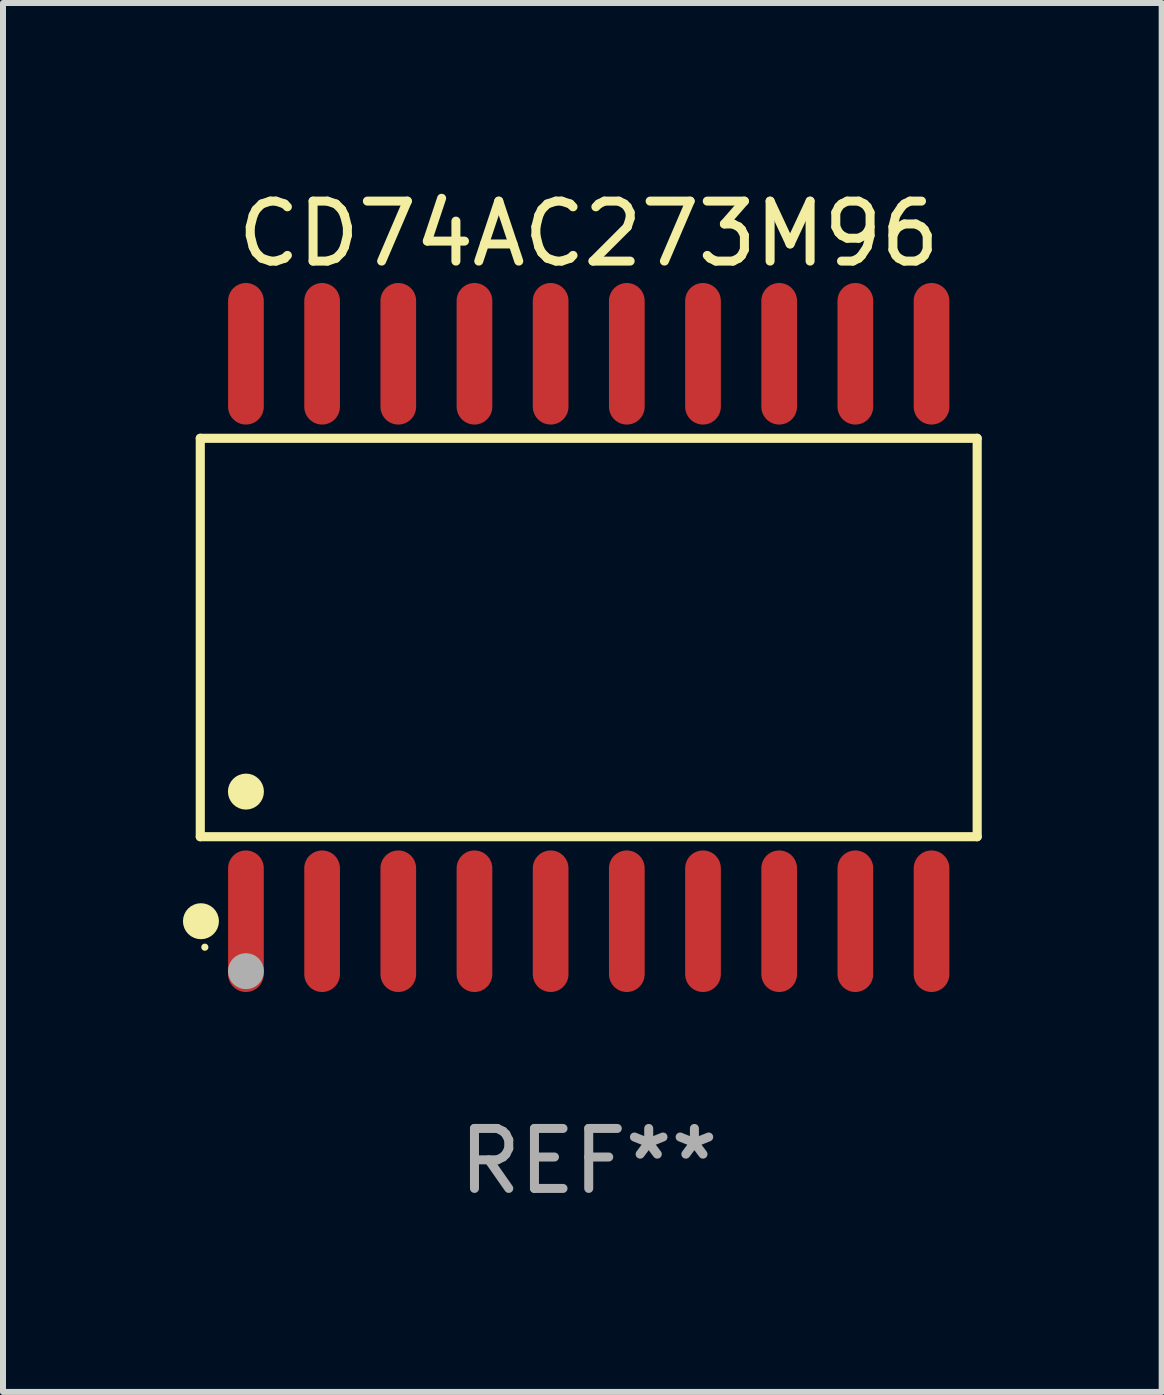
<source format=kicad_pcb>
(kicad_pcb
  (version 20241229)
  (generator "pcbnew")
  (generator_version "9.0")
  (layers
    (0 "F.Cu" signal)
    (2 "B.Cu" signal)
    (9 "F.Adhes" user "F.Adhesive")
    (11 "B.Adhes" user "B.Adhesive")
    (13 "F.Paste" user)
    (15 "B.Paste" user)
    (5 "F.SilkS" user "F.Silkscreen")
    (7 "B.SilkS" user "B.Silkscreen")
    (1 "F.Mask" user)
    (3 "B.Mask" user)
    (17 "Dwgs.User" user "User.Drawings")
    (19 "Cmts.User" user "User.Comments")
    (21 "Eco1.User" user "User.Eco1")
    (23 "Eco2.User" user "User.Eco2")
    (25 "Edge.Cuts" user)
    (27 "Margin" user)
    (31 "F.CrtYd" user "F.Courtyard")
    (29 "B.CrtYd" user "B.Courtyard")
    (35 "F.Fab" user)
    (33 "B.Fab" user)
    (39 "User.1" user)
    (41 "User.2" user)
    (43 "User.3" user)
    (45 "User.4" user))
  (footprint "CD74AC273M96"
    (layer "F.Cu")
    (at 6.765 7.578)
    (property "Reference" "CD74AC273M96" (at 0 -6.73 0) (layer "F.SilkS") (effects (font (size 1 1) (thickness 0.15))))
    (attr through_hole)
    (fp_line (start -6.476 -3.321) (end 6.476 -3.321) (stroke (width 0.152) (type solid)) (layer "F.SilkS"))
    (fp_line (start -6.476 3.321) (end -6.476 -3.321) (stroke (width 0.152) (type solid)) (layer "F.SilkS"))
    (fp_line (start 6.476 -3.321) (end 6.476 3.321) (stroke (width 0.152) (type solid)) (layer "F.SilkS"))
    (fp_line (start 6.476 3.321) (end -6.476 3.321) (stroke (width 0.152) (type solid)) (layer "F.SilkS"))
    (fp_circle (center -6.465 4.73) (end -6.315 4.73) (stroke (width 0.3) (type solid)) (fill no) (layer "F.SilkS"))
    (fp_circle (center -6.4 5.163) (end -6.37 5.163) (stroke (width 0.06) (type solid)) (fill no) (layer "F.SilkS"))
    (fp_circle (center -5.715 2.569) (end -5.565 2.569) (stroke (width 0.3) (type solid)) (fill no) (layer "F.SilkS"))
    (fp_circle (center -5.715 5.563) (end -5.565 5.563) (stroke (width 0.3) (type solid)) (fill no) (layer "F.Fab"))
    (fp_text user "REF**" (at 0 8.73 0) (layer "F.Fab") (effects (font (size 1 1) (thickness 0.15))))
    (pad "1" smd oval (at -5.715 4.73) (size 0.595 2.36) (layers "F.Cu" "F.Mask" "F.Paste"))
    (pad "2" smd oval (at -4.445 4.73) (size 0.595 2.36) (layers "F.Cu" "F.Mask" "F.Paste"))
    (pad "3" smd oval (at -3.175 4.73) (size 0.595 2.36) (layers "F.Cu" "F.Mask" "F.Paste"))
    (pad "4" smd oval (at -1.905 4.73) (size 0.595 2.36) (layers "F.Cu" "F.Mask" "F.Paste"))
    (pad "5" smd oval (at -0.635 4.73) (size 0.595 2.36) (layers "F.Cu" "F.Mask" "F.Paste"))
    (pad "6" smd oval (at 0.635 4.73) (size 0.595 2.36) (layers "F.Cu" "F.Mask" "F.Paste"))
    (pad "7" smd oval (at 1.905 4.73) (size 0.595 2.36) (layers "F.Cu" "F.Mask" "F.Paste"))
    (pad "8" smd oval (at 3.175 4.73) (size 0.595 2.36) (layers "F.Cu" "F.Mask" "F.Paste"))
    (pad "9" smd oval (at 4.445 4.73) (size 0.595 2.36) (layers "F.Cu" "F.Mask" "F.Paste"))
    (pad "10" smd oval (at 5.715 4.73) (size 0.595 2.36) (layers "F.Cu" "F.Mask" "F.Paste"))
    (pad "11" smd oval (at 5.715 -4.73) (size 0.595 2.36) (layers "F.Cu" "F.Mask" "F.Paste"))
    (pad "12" smd oval (at 4.445 -4.73) (size 0.595 2.36) (layers "F.Cu" "F.Mask" "F.Paste"))
    (pad "13" smd oval (at 3.175 -4.73) (size 0.595 2.36) (layers "F.Cu" "F.Mask" "F.Paste"))
    (pad "14" smd oval (at 1.905 -4.73) (size 0.595 2.36) (layers "F.Cu" "F.Mask" "F.Paste"))
    (pad "15" smd oval (at 0.635 -4.73) (size 0.595 2.36) (layers "F.Cu" "F.Mask" "F.Paste"))
    (pad "16" smd oval (at -0.635 -4.73) (size 0.595 2.36) (layers "F.Cu" "F.Mask" "F.Paste"))
    (pad "17" smd oval (at -1.905 -4.73) (size 0.595 2.36) (layers "F.Cu" "F.Mask" "F.Paste"))
    (pad "18" smd oval (at -3.175 -4.73) (size 0.595 2.36) (layers "F.Cu" "F.Mask" "F.Paste"))
    (pad "19" smd oval (at -4.445 -4.73) (size 0.595 2.36) (layers "F.Cu" "F.Mask" "F.Paste"))
    (pad "20" smd oval (at -5.715 -4.73) (size 0.595 2.36) (layers "F.Cu" "F.Mask" "F.Paste")))
  (gr_rect
    (start -3 -3)
    (end 16.317 20.156)
    (stroke (width 0.1) (type default))
    (fill no)
    (layer "Edge.Cuts")))
</source>
